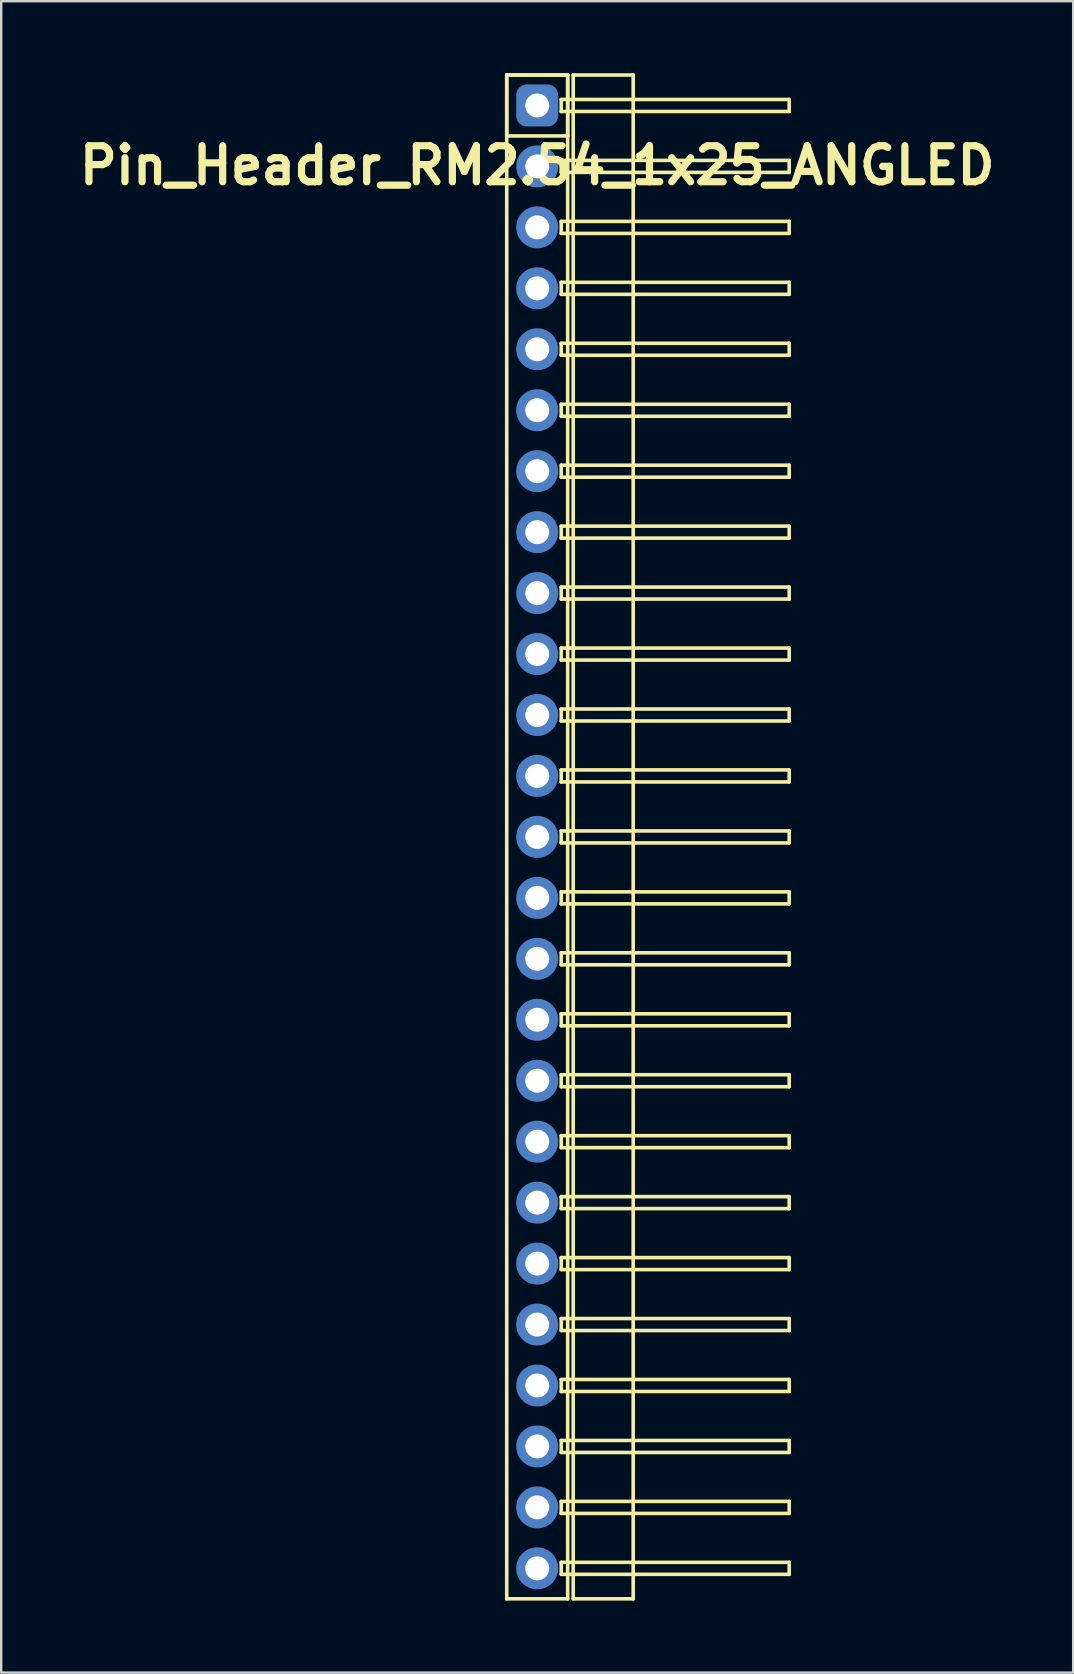
<source format=kicad_pcb>
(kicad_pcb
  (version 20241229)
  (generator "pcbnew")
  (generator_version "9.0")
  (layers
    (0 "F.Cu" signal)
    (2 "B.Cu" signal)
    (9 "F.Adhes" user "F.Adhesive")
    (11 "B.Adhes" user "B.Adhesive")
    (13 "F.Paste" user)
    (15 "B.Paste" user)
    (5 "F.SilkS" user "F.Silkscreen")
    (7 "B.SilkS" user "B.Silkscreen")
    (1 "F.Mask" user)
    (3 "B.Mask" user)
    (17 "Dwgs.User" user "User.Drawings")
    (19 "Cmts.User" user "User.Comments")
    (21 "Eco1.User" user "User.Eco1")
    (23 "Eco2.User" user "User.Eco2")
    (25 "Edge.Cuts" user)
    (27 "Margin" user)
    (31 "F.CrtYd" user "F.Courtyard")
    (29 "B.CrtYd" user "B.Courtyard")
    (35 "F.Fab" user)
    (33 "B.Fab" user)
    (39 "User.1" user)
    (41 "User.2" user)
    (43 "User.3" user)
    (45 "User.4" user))
  (footprint "Pin_Header_RM2.54_1x25_ANGLED"
    (layer "F.Cu")
    (at 19.336 1.345)
    (property "Reference" "Pin_Header_RM2.54_1x25_ANGLED" (at 0 2.5 0) (layer "F.SilkS") (effects (font (size 1.5 1.5) (thickness 0.3))))
    (attr through_hole)
    (fp_line (start -1.27 -1.27) (end 1.27 -1.27) (stroke (width 0.15) (type solid)) (layer "F.SilkS"))
    (fp_line (start -1.27 -1.27) (end 1.27 -1.27) (stroke (width 0.15) (type solid)) (layer "F.SilkS"))
    (fp_line (start -1.27 1.27) (end -1.27 -1.27) (stroke (width 0.15) (type solid)) (layer "F.SilkS"))
    (fp_line (start -1.27 62.23) (end -1.27 -1.27) (stroke (width 0.15) (type solid)) (layer "F.SilkS"))
    (fp_line (start 1 -0.25) (end 10.5 -0.25) (stroke (width 0.15) (type solid)) (layer "F.SilkS"))
    (fp_line (start 1 0.25) (end 1 -0.25) (stroke (width 0.15) (type solid)) (layer "F.SilkS"))
    (fp_line (start 1 2.29) (end 10.5 2.29) (stroke (width 0.15) (type solid)) (layer "F.SilkS"))
    (fp_line (start 1 2.79) (end 1 2.29) (stroke (width 0.15) (type solid)) (layer "F.SilkS"))
    (fp_line (start 1 4.83) (end 10.5 4.83) (stroke (width 0.15) (type solid)) (layer "F.SilkS"))
    (fp_line (start 1 5.33) (end 1 4.83) (stroke (width 0.15) (type solid)) (layer "F.SilkS"))
    (fp_line (start 1 7.37) (end 10.5 7.37) (stroke (width 0.15) (type solid)) (layer "F.SilkS"))
    (fp_line (start 1 7.87) (end 1 7.37) (stroke (width 0.15) (type solid)) (layer "F.SilkS"))
    (fp_line (start 1 9.91) (end 10.5 9.91) (stroke (width 0.15) (type solid)) (layer "F.SilkS"))
    (fp_line (start 1 10.41) (end 1 9.91) (stroke (width 0.15) (type solid)) (layer "F.SilkS"))
    (fp_line (start 1 12.45) (end 10.5 12.45) (stroke (width 0.15) (type solid)) (layer "F.SilkS"))
    (fp_line (start 1 12.95) (end 1 12.45) (stroke (width 0.15) (type solid)) (layer "F.SilkS"))
    (fp_line (start 1 14.99) (end 10.5 14.99) (stroke (width 0.15) (type solid)) (layer "F.SilkS"))
    (fp_line (start 1 15.49) (end 1 14.99) (stroke (width 0.15) (type solid)) (layer "F.SilkS"))
    (fp_line (start 1 17.53) (end 10.5 17.53) (stroke (width 0.15) (type solid)) (layer "F.SilkS"))
    (fp_line (start 1 18.03) (end 1 17.53) (stroke (width 0.15) (type solid)) (layer "F.SilkS"))
    (fp_line (start 1 20.07) (end 10.5 20.07) (stroke (width 0.15) (type solid)) (layer "F.SilkS"))
    (fp_line (start 1 20.57) (end 1 20.07) (stroke (width 0.15) (type solid)) (layer "F.SilkS"))
    (fp_line (start 1 22.61) (end 10.5 22.61) (stroke (width 0.15) (type solid)) (layer "F.SilkS"))
    (fp_line (start 1 23.11) (end 1 22.61) (stroke (width 0.15) (type solid)) (layer "F.SilkS"))
    (fp_line (start 1 25.15) (end 10.5 25.15) (stroke (width 0.15) (type solid)) (layer "F.SilkS"))
    (fp_line (start 1 25.65) (end 1 25.15) (stroke (width 0.15) (type solid)) (layer "F.SilkS"))
    (fp_line (start 1 27.69) (end 10.5 27.69) (stroke (width 0.15) (type solid)) (layer "F.SilkS"))
    (fp_line (start 1 28.19) (end 1 27.69) (stroke (width 0.15) (type solid)) (layer "F.SilkS"))
    (fp_line (start 1 30.23) (end 10.5 30.23) (stroke (width 0.15) (type solid)) (layer "F.SilkS"))
    (fp_line (start 1 30.73) (end 1 30.23) (stroke (width 0.15) (type solid)) (layer "F.SilkS"))
    (fp_line (start 1 32.77) (end 10.5 32.77) (stroke (width 0.15) (type solid)) (layer "F.SilkS"))
    (fp_line (start 1 33.27) (end 1 32.77) (stroke (width 0.15) (type solid)) (layer "F.SilkS"))
    (fp_line (start 1 35.31) (end 10.5 35.31) (stroke (width 0.15) (type solid)) (layer "F.SilkS"))
    (fp_line (start 1 35.81) (end 1 35.31) (stroke (width 0.15) (type solid)) (layer "F.SilkS"))
    (fp_line (start 1 37.85) (end 10.5 37.85) (stroke (width 0.15) (type solid)) (layer "F.SilkS"))
    (fp_line (start 1 38.35) (end 1 37.85) (stroke (width 0.15) (type solid)) (layer "F.SilkS"))
    (fp_line (start 1 40.39) (end 10.5 40.39) (stroke (width 0.15) (type solid)) (layer "F.SilkS"))
    (fp_line (start 1 40.89) (end 1 40.39) (stroke (width 0.15) (type solid)) (layer "F.SilkS"))
    (fp_line (start 1 42.93) (end 10.5 42.93) (stroke (width 0.15) (type solid)) (layer "F.SilkS"))
    (fp_line (start 1 43.43) (end 1 42.93) (stroke (width 0.15) (type solid)) (layer "F.SilkS"))
    (fp_line (start 1 45.47) (end 10.5 45.47) (stroke (width 0.15) (type solid)) (layer "F.SilkS"))
    (fp_line (start 1 45.97) (end 1 45.47) (stroke (width 0.15) (type solid)) (layer "F.SilkS"))
    (fp_line (start 1 48.01) (end 10.5 48.01) (stroke (width 0.15) (type solid)) (layer "F.SilkS"))
    (fp_line (start 1 48.51) (end 1 48.01) (stroke (width 0.15) (type solid)) (layer "F.SilkS"))
    (fp_line (start 1 50.55) (end 10.5 50.55) (stroke (width 0.15) (type solid)) (layer "F.SilkS"))
    (fp_line (start 1 51.05) (end 1 50.55) (stroke (width 0.15) (type solid)) (layer "F.SilkS"))
    (fp_line (start 1 53.09) (end 10.5 53.09) (stroke (width 0.15) (type solid)) (layer "F.SilkS"))
    (fp_line (start 1 53.59) (end 1 53.09) (stroke (width 0.15) (type solid)) (layer "F.SilkS"))
    (fp_line (start 1 55.63) (end 10.5 55.63) (stroke (width 0.15) (type solid)) (layer "F.SilkS"))
    (fp_line (start 1 56.13) (end 1 55.63) (stroke (width 0.15) (type solid)) (layer "F.SilkS"))
    (fp_line (start 1 58.17) (end 10.5 58.17) (stroke (width 0.15) (type solid)) (layer "F.SilkS"))
    (fp_line (start 1 58.67) (end 1 58.17) (stroke (width 0.15) (type solid)) (layer "F.SilkS"))
    (fp_line (start 1 60.71) (end 10.5 60.71) (stroke (width 0.15) (type solid)) (layer "F.SilkS"))
    (fp_line (start 1 61.21) (end 1 60.71) (stroke (width 0.15) (type solid)) (layer "F.SilkS"))
    (fp_line (start 1.27 -1.27) (end 1.27 1.27) (stroke (width 0.15) (type solid)) (layer "F.SilkS"))
    (fp_line (start 1.27 -1.27) (end 1.27 62.23) (stroke (width 0.15) (type solid)) (layer "F.SilkS"))
    (fp_line (start 1.27 1.27) (end -1.27 1.27) (stroke (width 0.15) (type solid)) (layer "F.SilkS"))
    (fp_line (start 1.27 62.23) (end -1.27 62.23) (stroke (width 0.15) (type solid)) (layer "F.SilkS"))
    (fp_line (start 1.5 -1.27) (end 4 -1.27) (stroke (width 0.15) (type solid)) (layer "F.SilkS"))
    (fp_line (start 1.5 62.23) (end 1.5 -1.27) (stroke (width 0.15) (type solid)) (layer "F.SilkS"))
    (fp_line (start 4 -1.27) (end 4 62.23) (stroke (width 0.15) (type solid)) (layer "F.SilkS"))
    (fp_line (start 4 62.23) (end 1.5 62.23) (stroke (width 0.15) (type solid)) (layer "F.SilkS"))
    (fp_line (start 10.5 -0.25) (end 10.5 0.25) (stroke (width 0.15) (type solid)) (layer "F.SilkS"))
    (fp_line (start 10.5 0.25) (end 1 0.25) (stroke (width 0.15) (type solid)) (layer "F.SilkS"))
    (fp_line (start 10.5 2.29) (end 10.5 2.79) (stroke (width 0.15) (type solid)) (layer "F.SilkS"))
    (fp_line (start 10.5 2.79) (end 1 2.79) (stroke (width 0.15) (type solid)) (layer "F.SilkS"))
    (fp_line (start 10.5 4.83) (end 10.5 5.33) (stroke (width 0.15) (type solid)) (layer "F.SilkS"))
    (fp_line (start 10.5 5.33) (end 1 5.33) (stroke (width 0.15) (type solid)) (layer "F.SilkS"))
    (fp_line (start 10.5 7.37) (end 10.5 7.87) (stroke (width 0.15) (type solid)) (layer "F.SilkS"))
    (fp_line (start 10.5 7.87) (end 1 7.87) (stroke (width 0.15) (type solid)) (layer "F.SilkS"))
    (fp_line (start 10.5 9.91) (end 10.5 10.41) (stroke (width 0.15) (type solid)) (layer "F.SilkS"))
    (fp_line (start 10.5 10.41) (end 1 10.41) (stroke (width 0.15) (type solid)) (layer "F.SilkS"))
    (fp_line (start 10.5 12.45) (end 10.5 12.95) (stroke (width 0.15) (type solid)) (layer "F.SilkS"))
    (fp_line (start 10.5 12.95) (end 1 12.95) (stroke (width 0.15) (type solid)) (layer "F.SilkS"))
    (fp_line (start 10.5 14.99) (end 10.5 15.49) (stroke (width 0.15) (type solid)) (layer "F.SilkS"))
    (fp_line (start 10.5 15.49) (end 1 15.49) (stroke (width 0.15) (type solid)) (layer "F.SilkS"))
    (fp_line (start 10.5 17.53) (end 10.5 18.03) (stroke (width 0.15) (type solid)) (layer "F.SilkS"))
    (fp_line (start 10.5 18.03) (end 1 18.03) (stroke (width 0.15) (type solid)) (layer "F.SilkS"))
    (fp_line (start 10.5 20.07) (end 10.5 20.57) (stroke (width 0.15) (type solid)) (layer "F.SilkS"))
    (fp_line (start 10.5 20.57) (end 1 20.57) (stroke (width 0.15) (type solid)) (layer "F.SilkS"))
    (fp_line (start 10.5 22.61) (end 10.5 23.11) (stroke (width 0.15) (type solid)) (layer "F.SilkS"))
    (fp_line (start 10.5 23.11) (end 1 23.11) (stroke (width 0.15) (type solid)) (layer "F.SilkS"))
    (fp_line (start 10.5 25.15) (end 10.5 25.65) (stroke (width 0.15) (type solid)) (layer "F.SilkS"))
    (fp_line (start 10.5 25.65) (end 1 25.65) (stroke (width 0.15) (type solid)) (layer "F.SilkS"))
    (fp_line (start 10.5 27.69) (end 10.5 28.19) (stroke (width 0.15) (type solid)) (layer "F.SilkS"))
    (fp_line (start 10.5 28.19) (end 1 28.19) (stroke (width 0.15) (type solid)) (layer "F.SilkS"))
    (fp_line (start 10.5 30.23) (end 10.5 30.73) (stroke (width 0.15) (type solid)) (layer "F.SilkS"))
    (fp_line (start 10.5 30.73) (end 1 30.73) (stroke (width 0.15) (type solid)) (layer "F.SilkS"))
    (fp_line (start 10.5 32.77) (end 10.5 33.27) (stroke (width 0.15) (type solid)) (layer "F.SilkS"))
    (fp_line (start 10.5 33.27) (end 1 33.27) (stroke (width 0.15) (type solid)) (layer "F.SilkS"))
    (fp_line (start 10.5 35.31) (end 10.5 35.81) (stroke (width 0.15) (type solid)) (layer "F.SilkS"))
    (fp_line (start 10.5 35.81) (end 1 35.81) (stroke (width 0.15) (type solid)) (layer "F.SilkS"))
    (fp_line (start 10.5 37.85) (end 10.5 38.35) (stroke (width 0.15) (type solid)) (layer "F.SilkS"))
    (fp_line (start 10.5 38.35) (end 1 38.35) (stroke (width 0.15) (type solid)) (layer "F.SilkS"))
    (fp_line (start 10.5 40.39) (end 10.5 40.89) (stroke (width 0.15) (type solid)) (layer "F.SilkS"))
    (fp_line (start 10.5 40.89) (end 1 40.89) (stroke (width 0.15) (type solid)) (layer "F.SilkS"))
    (fp_line (start 10.5 42.93) (end 10.5 43.43) (stroke (width 0.15) (type solid)) (layer "F.SilkS"))
    (fp_line (start 10.5 43.43) (end 1 43.43) (stroke (width 0.15) (type solid)) (layer "F.SilkS"))
    (fp_line (start 10.5 45.47) (end 10.5 45.97) (stroke (width 0.15) (type solid)) (layer "F.SilkS"))
    (fp_line (start 10.5 45.97) (end 1 45.97) (stroke (width 0.15) (type solid)) (layer "F.SilkS"))
    (fp_line (start 10.5 48.01) (end 10.5 48.51) (stroke (width 0.15) (type solid)) (layer "F.SilkS"))
    (fp_line (start 10.5 48.51) (end 1 48.51) (stroke (width 0.15) (type solid)) (layer "F.SilkS"))
    (fp_line (start 10.5 50.55) (end 10.5 51.05) (stroke (width 0.15) (type solid)) (layer "F.SilkS"))
    (fp_line (start 10.5 51.05) (end 1 51.05) (stroke (width 0.15) (type solid)) (layer "F.SilkS"))
    (fp_line (start 10.5 53.09) (end 10.5 53.59) (stroke (width 0.15) (type solid)) (layer "F.SilkS"))
    (fp_line (start 10.5 53.59) (end 1 53.59) (stroke (width 0.15) (type solid)) (layer "F.SilkS"))
    (fp_line (start 10.5 55.63) (end 10.5 56.13) (stroke (width 0.15) (type solid)) (layer "F.SilkS"))
    (fp_line (start 10.5 56.13) (end 1 56.13) (stroke (width 0.15) (type solid)) (layer "F.SilkS"))
    (fp_line (start 10.5 58.17) (end 10.5 58.67) (stroke (width 0.15) (type solid)) (layer "F.SilkS"))
    (fp_line (start 10.5 58.67) (end 1 58.67) (stroke (width 0.15) (type solid)) (layer "F.SilkS"))
    (fp_line (start 10.5 60.71) (end 10.5 61.21) (stroke (width 0.15) (type solid)) (layer "F.SilkS"))
    (fp_line (start 10.5 61.21) (end 1 61.21) (stroke (width 0.15) (type solid)) (layer "F.SilkS"))
    (pad "1" thru_hole circle (at 0 0) (size 1.3 1.3) (drill 1) (layers "*.Cu" "*.Mask"))
    (pad "1" smd roundrect (at 0 0) (size 1.5 1.5) (layers "F.Cu" "F.Mask") (roundrect_rratio 0.25))
    (pad "1" smd roundrect (at 0 0) (size 1.75 1.75) (layers "B.Cu" "B.Mask") (roundrect_rratio 0.25))
    (pad "2" thru_hole circle (at 0 2.54) (size 1.3 1.3) (drill 1) (layers "*.Cu" "*.Mask"))
    (pad "2" smd circle (at 0 2.54) (size 1.5 1.5) (layers "F.Cu" "F.Mask"))
    (pad "2" smd circle (at 0 2.54) (size 1.75 1.75) (layers "B.Cu" "B.Mask"))
    (pad "3" thru_hole circle (at 0 5.08) (size 1.3 1.3) (drill 1) (layers "*.Cu" "*.Mask"))
    (pad "3" smd circle (at 0 5.08) (size 1.5 1.5) (layers "F.Cu" "F.Mask"))
    (pad "3" smd circle (at 0 5.08) (size 1.75 1.75) (layers "B.Cu" "B.Mask"))
    (pad "4" thru_hole circle (at 0 7.62) (size 1.3 1.3) (drill 1) (layers "*.Cu" "*.Mask"))
    (pad "4" smd circle (at 0 7.62) (size 1.5 1.5) (layers "F.Cu" "F.Mask"))
    (pad "4" smd circle (at 0 7.62) (size 1.75 1.75) (layers "B.Cu" "B.Mask"))
    (pad "5" thru_hole circle (at 0 10.16) (size 1.3 1.3) (drill 1) (layers "*.Cu" "*.Mask"))
    (pad "5" smd circle (at 0 10.16) (size 1.5 1.5) (layers "F.Cu" "F.Mask"))
    (pad "5" smd circle (at 0 10.16) (size 1.75 1.75) (layers "B.Cu" "B.Mask"))
    (pad "6" thru_hole circle (at 0 12.7) (size 1.3 1.3) (drill 1) (layers "*.Cu" "*.Mask"))
    (pad "6" smd circle (at 0 12.7) (size 1.5 1.5) (layers "F.Cu" "F.Mask"))
    (pad "6" smd circle (at 0 12.7) (size 1.75 1.75) (layers "B.Cu" "B.Mask"))
    (pad "7" thru_hole circle (at 0 15.24) (size 1.3 1.3) (drill 1) (layers "*.Cu" "*.Mask"))
    (pad "7" smd circle (at 0 15.24) (size 1.5 1.5) (layers "F.Cu" "F.Mask"))
    (pad "7" smd circle (at 0 15.24) (size 1.75 1.75) (layers "B.Cu" "B.Mask"))
    (pad "8" thru_hole circle (at 0 17.78) (size 1.3 1.3) (drill 1) (layers "*.Cu" "*.Mask"))
    (pad "8" smd circle (at 0 17.78) (size 1.5 1.5) (layers "F.Cu" "F.Mask"))
    (pad "8" smd circle (at 0 17.78) (size 1.75 1.75) (layers "B.Cu" "B.Mask"))
    (pad "9" thru_hole circle (at 0 20.32) (size 1.3 1.3) (drill 1) (layers "*.Cu" "*.Mask"))
    (pad "9" smd circle (at 0 20.32) (size 1.5 1.5) (layers "F.Cu" "F.Mask"))
    (pad "9" smd circle (at 0 20.32) (size 1.75 1.75) (layers "B.Cu" "B.Mask"))
    (pad "10" thru_hole circle (at 0 22.86) (size 1.3 1.3) (drill 1) (layers "*.Cu" "*.Mask"))
    (pad "10" smd circle (at 0 22.86) (size 1.5 1.5) (layers "F.Cu" "F.Mask"))
    (pad "10" smd circle (at 0 22.86) (size 1.75 1.75) (layers "B.Cu" "B.Mask"))
    (pad "11" thru_hole circle (at 0 25.4) (size 1.3 1.3) (drill 1) (layers "*.Cu" "*.Mask"))
    (pad "11" smd circle (at 0 25.4) (size 1.5 1.5) (layers "F.Cu" "F.Mask"))
    (pad "11" smd circle (at 0 25.4) (size 1.75 1.75) (layers "B.Cu" "B.Mask"))
    (pad "12" thru_hole circle (at 0 27.94) (size 1.3 1.3) (drill 1) (layers "*.Cu" "*.Mask"))
    (pad "12" smd circle (at 0 27.94) (size 1.5 1.5) (layers "F.Cu" "F.Mask"))
    (pad "12" smd circle (at 0 27.94) (size 1.75 1.75) (layers "B.Cu" "B.Mask"))
    (pad "13" thru_hole circle (at 0 30.48) (size 1.3 1.3) (drill 1) (layers "*.Cu" "*.Mask"))
    (pad "13" smd circle (at 0 30.48) (size 1.5 1.5) (layers "F.Cu" "F.Mask"))
    (pad "13" smd circle (at 0 30.48) (size 1.75 1.75) (layers "B.Cu" "B.Mask"))
    (pad "14" thru_hole circle (at 0 33.02) (size 1.3 1.3) (drill 1) (layers "*.Cu" "*.Mask"))
    (pad "14" smd circle (at 0 33.02) (size 1.5 1.5) (layers "F.Cu" "F.Mask"))
    (pad "14" smd circle (at 0 33.02) (size 1.75 1.75) (layers "B.Cu" "B.Mask"))
    (pad "15" thru_hole circle (at 0 35.56) (size 1.3 1.3) (drill 1) (layers "*.Cu" "*.Mask"))
    (pad "15" smd circle (at 0 35.56) (size 1.5 1.5) (layers "F.Cu" "F.Mask"))
    (pad "15" smd circle (at 0 35.56) (size 1.75 1.75) (layers "B.Cu" "B.Mask"))
    (pad "16" thru_hole circle (at 0 38.1) (size 1.3 1.3) (drill 1) (layers "*.Cu" "*.Mask"))
    (pad "16" smd circle (at 0 38.1) (size 1.5 1.5) (layers "F.Cu" "F.Mask"))
    (pad "16" smd circle (at 0 38.1) (size 1.75 1.75) (layers "B.Cu" "B.Mask"))
    (pad "17" thru_hole circle (at 0 40.64) (size 1.3 1.3) (drill 1) (layers "*.Cu" "*.Mask"))
    (pad "17" smd circle (at 0 40.64) (size 1.5 1.5) (layers "F.Cu" "F.Mask"))
    (pad "17" smd circle (at 0 40.64) (size 1.75 1.75) (layers "B.Cu" "B.Mask"))
    (pad "18" thru_hole circle (at 0 43.18) (size 1.3 1.3) (drill 1) (layers "*.Cu" "*.Mask"))
    (pad "18" smd circle (at 0 43.18) (size 1.5 1.5) (layers "F.Cu" "F.Mask"))
    (pad "18" smd circle (at 0 43.18) (size 1.75 1.75) (layers "B.Cu" "B.Mask"))
    (pad "19" thru_hole circle (at 0 45.72) (size 1.3 1.3) (drill 1) (layers "*.Cu" "*.Mask"))
    (pad "19" smd circle (at 0 45.72) (size 1.5 1.5) (layers "F.Cu" "F.Mask"))
    (pad "19" smd circle (at 0 45.72) (size 1.75 1.75) (layers "B.Cu" "B.Mask"))
    (pad "20" thru_hole circle (at 0 48.26) (size 1.3 1.3) (drill 1) (layers "*.Cu" "*.Mask"))
    (pad "20" smd circle (at 0 48.26) (size 1.5 1.5) (layers "F.Cu" "F.Mask"))
    (pad "20" smd circle (at 0 48.26) (size 1.75 1.75) (layers "B.Cu" "B.Mask"))
    (pad "21" thru_hole circle (at 0 50.8) (size 1.3 1.3) (drill 1) (layers "*.Cu" "*.Mask"))
    (pad "21" smd circle (at 0 50.8) (size 1.5 1.5) (layers "F.Cu" "F.Mask"))
    (pad "21" smd circle (at 0 50.8) (size 1.75 1.75) (layers "B.Cu" "B.Mask"))
    (pad "22" thru_hole circle (at 0 53.34) (size 1.3 1.3) (drill 1) (layers "*.Cu" "*.Mask"))
    (pad "22" smd circle (at 0 53.34) (size 1.5 1.5) (layers "F.Cu" "F.Mask"))
    (pad "22" smd circle (at 0 53.34) (size 1.75 1.75) (layers "B.Cu" "B.Mask"))
    (pad "23" thru_hole circle (at 0 55.88) (size 1.3 1.3) (drill 1) (layers "*.Cu" "*.Mask"))
    (pad "23" smd circle (at 0 55.88) (size 1.5 1.5) (layers "F.Cu" "F.Mask"))
    (pad "23" smd circle (at 0 55.88) (size 1.75 1.75) (layers "B.Cu" "B.Mask"))
    (pad "24" thru_hole circle (at 0 58.42) (size 1.3 1.3) (drill 1) (layers "*.Cu" "*.Mask"))
    (pad "24" smd circle (at 0 58.42) (size 1.5 1.5) (layers "F.Cu" "F.Mask"))
    (pad "24" smd circle (at 0 58.42) (size 1.75 1.75) (layers "B.Cu" "B.Mask"))
    (pad "25" thru_hole circle (at 0 60.96) (size 1.3 1.3) (drill 1) (layers "*.Cu" "*.Mask"))
    (pad "25" smd circle (at 0 60.96) (size 1.5 1.5) (layers "F.Cu" "F.Mask"))
    (pad "25" smd circle (at 0 60.96) (size 1.75 1.75) (layers "B.Cu" "B.Mask")))
  (gr_rect
    (start -3 -3)
    (end 41.671 66.65)
    (stroke (width 0.1) (type default))
    (fill no)
    (layer "Edge.Cuts")))
</source>
